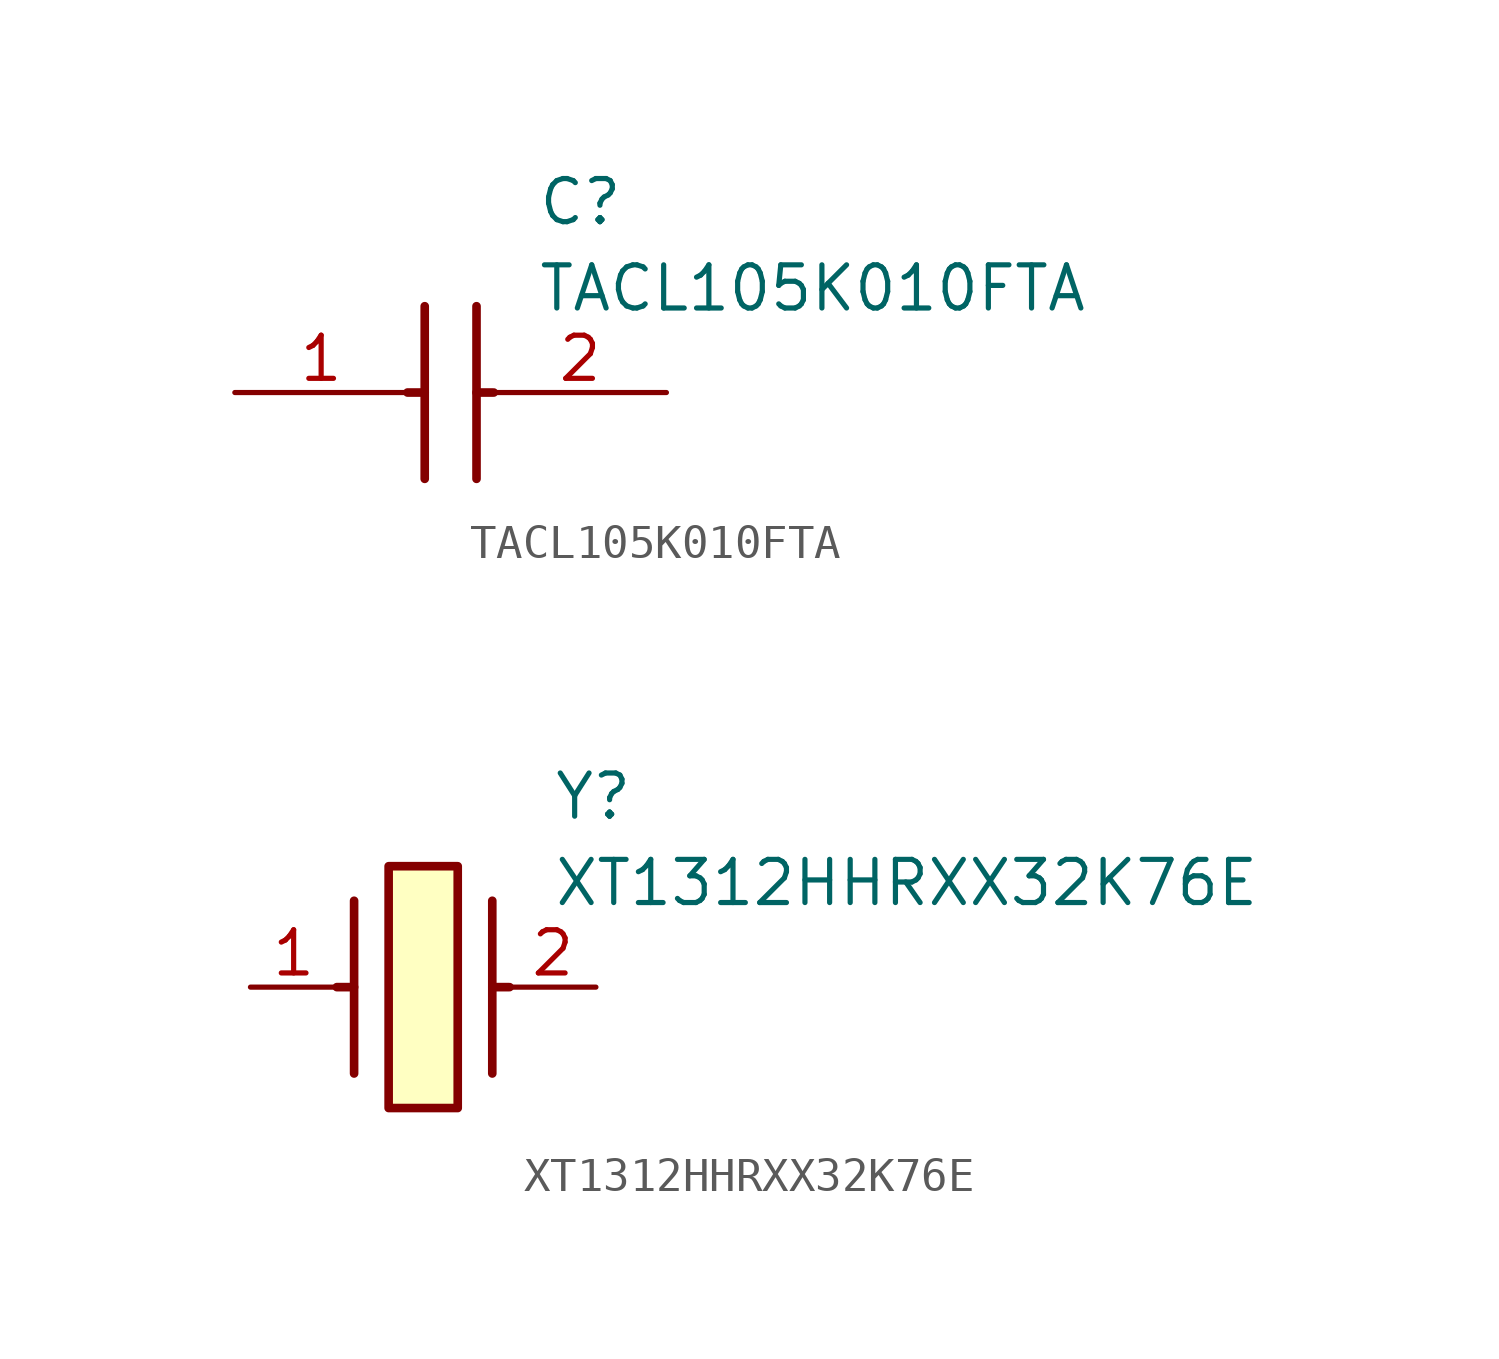
<source format=kicad_sym>
(kicad_symbol_lib
  (version 20220914)
  (generator SamacSys_ECAD_Model)
  (symbol "TACL105K010FTA"
    (pin_names hide)
    (property "Reference" "C"
      (at 8.89 6.35 0)
      (effects (font (size 1.27 1.27)) (justify left top)))
    (property "Value" "TACL105K010FTA"
      (at 8.89 3.81 0)
      (effects (font (size 1.27 1.27)) (justify left top)))
    (polyline
      (pts (xy 5.588 2.54) (xy 5.588 -2.54))
      (stroke (width 0.254) (type default))
      (fill (type none)))
    (polyline
      (pts (xy 7.112 2.54) (xy 7.112 -2.54))
      (stroke (width 0.254) (type default))
      (fill (type none)))
    (polyline
      (pts (xy 5.08 0) (xy 5.588 0))
      (stroke (width 0.254) (type default))
      (fill (type none)))
    (polyline
      (pts (xy 7.112 0) (xy 7.62 0))
      (stroke (width 0.254) (type default))
      (fill (type none)))
    (pin passive line
      (at 0 0 0)
      (length 5.08)
      (name "1" (effects (font (size 1.27 1.27))))
      (number "1" (effects (font (size 1.27 1.27)))))
    (pin passive line
      (at 12.7 0 180)
      (length 5.08)
      (name "2" (effects (font (size 1.27 1.27))))
      (number "2" (effects (font (size 1.27 1.27))))))
  (symbol "XT1312HHRXX32K76E"
    (pin_names hide)
    (property "Reference" "Y"
      (at 8.89 6.35 0)
      (effects (font (size 1.27 1.27)) (justify left top)))
    (property "Value" "XT1312HHRXX32K76E"
      (at 8.89 3.81 0)
      (effects (font (size 1.27 1.27)) (justify left top)))
    (rectangle
      (start 4.064 3.556)
      (end 6.096 -3.556)
      (stroke (width 0.254) (type default))
      (fill (type background)))
    (polyline
      (pts (xy 3.048 2.54) (xy 3.048 -2.54))
      (stroke (width 0.254) (type default))
      (fill (type none)))
    (polyline
      (pts (xy 7.112 2.54) (xy 7.112 -2.54))
      (stroke (width 0.254) (type default))
      (fill (type none)))
    (polyline
      (pts (xy 7.112 0) (xy 7.62 0))
      (stroke (width 0.254) (type default))
      (fill (type none)))
    (polyline
      (pts (xy 3.048 0) (xy 2.54 0))
      (stroke (width 0.254) (type default))
      (fill (type none)))
    (pin passive line
      (at 0 0 0)
      (length 2.54)
      (name "1" (effects (font (size 1.27 1.27))))
      (number "1" (effects (font (size 1.27 1.27)))))
    (pin passive line
      (at 10.16 0 180)
      (length 2.54)
      (name "2" (effects (font (size 1.27 1.27))))
      (number "2" (effects (font (size 1.27 1.27)))))))
</source>
